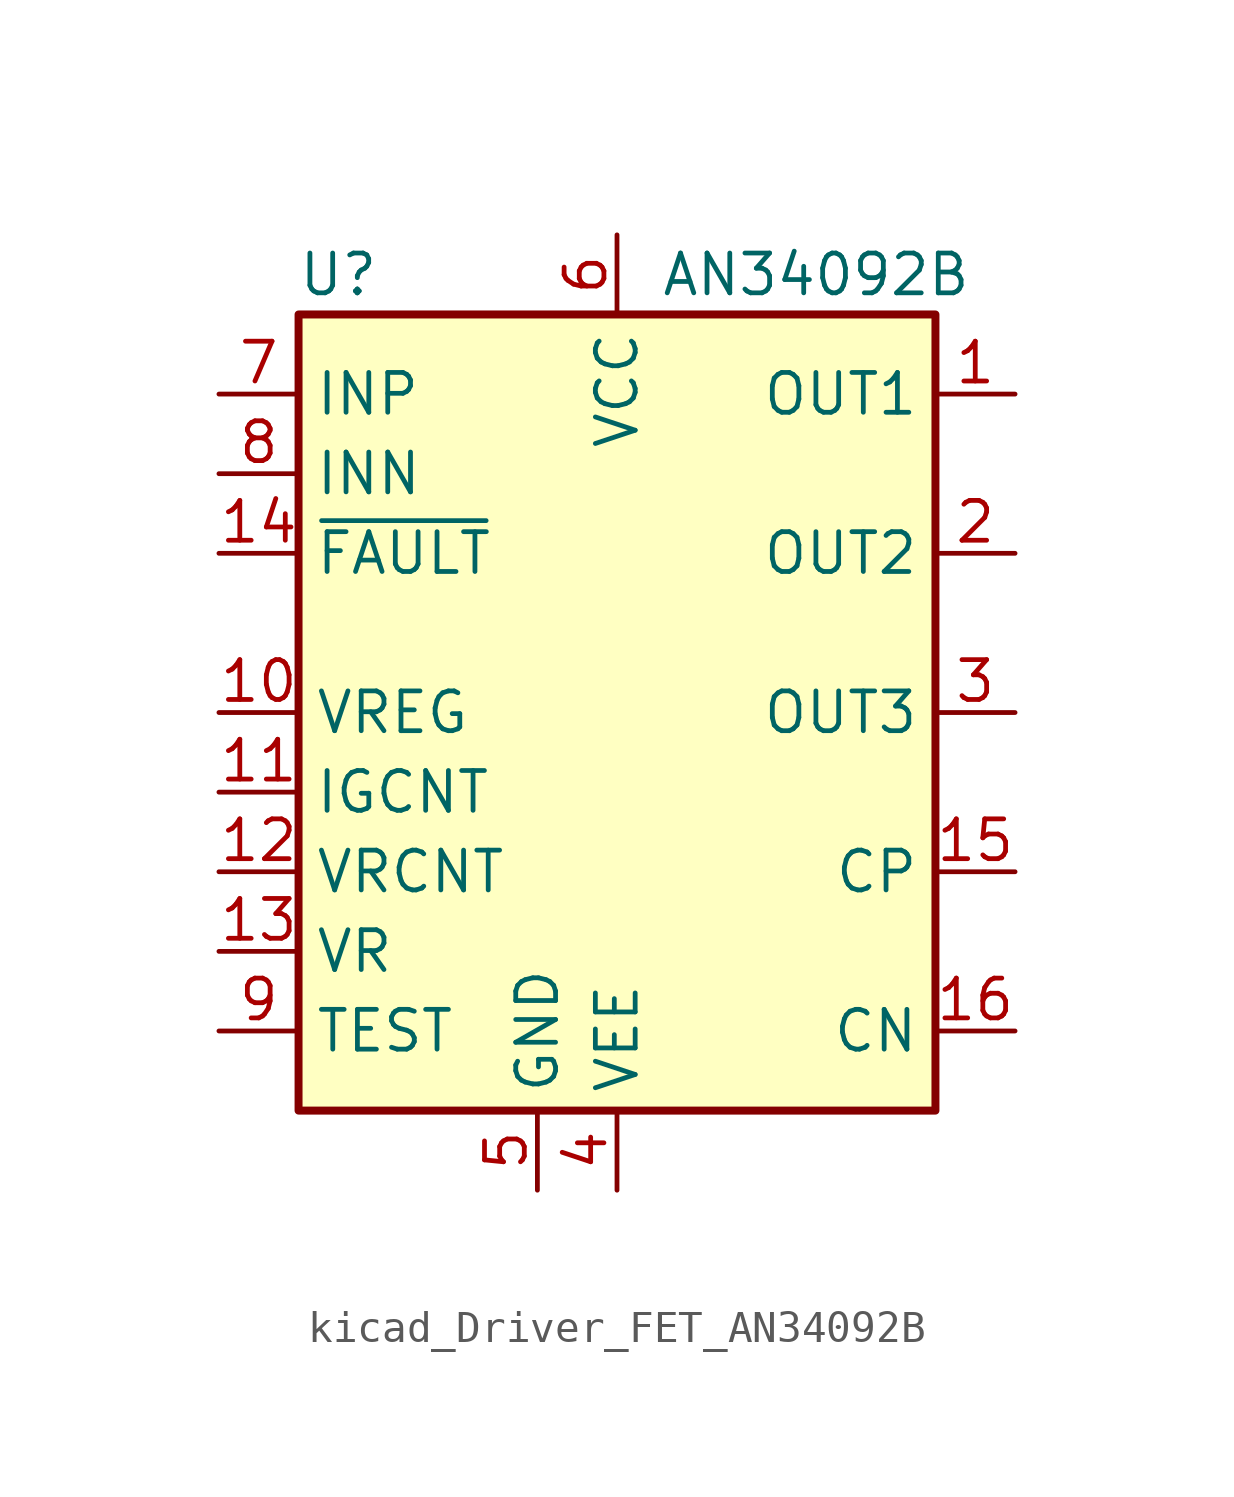
<source format=kicad_sym>
(kicad_symbol_lib
  (version 20220914)
  (generator kicad_symbol_editor)
  (symbol "kicad_Driver_FET_AN34092B"
    (property "Reference" "U"
      (at -8.89 13.97 0)
      (effects (font (size 1.27 1.27))))
    (property "Value" "AN34092B"
      (at 6.35 13.97 0)
      (effects (font (size 1.27 1.27))))
    (symbol "kicad_Driver_FET_AN34092B_0_1"
      (rectangle (start -10.16 -12.7) (end 10.16 12.7) (stroke (width 0.254) (type default)) (fill (type background))))
    (symbol "kicad_Driver_FET_AN34092B_1_1"
      (pin output line (at 12.7 10.16 180) (length 2.54) (name "OUT1" (effects (font (size 1.27 1.27)))) (number "1" (effects (font (size 1.27 1.27)))))
      (pin passive line (at -12.7 0 0) (length 2.54) (name "VREG" (effects (font (size 1.27 1.27)))) (number "10" (effects (font (size 1.27 1.27)))))
      (pin passive line (at -12.7 -2.54 0) (length 2.54) (name "IGCNT" (effects (font (size 1.27 1.27)))) (number "11" (effects (font (size 1.27 1.27)))))
      (pin passive line (at -12.7 -5.08 0) (length 2.54) (name "VRCNT" (effects (font (size 1.27 1.27)))) (number "12" (effects (font (size 1.27 1.27)))))
      (pin passive line (at -12.7 -7.62 0) (length 2.54) (name "VR" (effects (font (size 1.27 1.27)))) (number "13" (effects (font (size 1.27 1.27)))))
      (pin open_collector line (at -12.7 5.08 0) (length 2.54) (name "~{FAULT}" (effects (font (size 1.27 1.27)))) (number "14" (effects (font (size 1.27 1.27)))))
      (pin passive line (at 12.7 -5.08 180) (length 2.54) (name "CP" (effects (font (size 1.27 1.27)))) (number "15" (effects (font (size 1.27 1.27)))))
      (pin passive line (at 12.7 -10.16 180) (length 2.54) (name "CN" (effects (font (size 1.27 1.27)))) (number "16" (effects (font (size 1.27 1.27)))))
      (pin passive line (at -2.54 -15.24 90) (length 2.54) hide (name "GND" (effects (font (size 1.27 1.27)))) (number "17" (effects (font (size 1.27 1.27)))))
      (pin output line (at 12.7 5.08 180) (length 2.54) (name "OUT2" (effects (font (size 1.27 1.27)))) (number "2" (effects (font (size 1.27 1.27)))))
      (pin output line (at 12.7 0 180) (length 2.54) (name "OUT3" (effects (font (size 1.27 1.27)))) (number "3" (effects (font (size 1.27 1.27)))))
      (pin power_in line (at 0 -15.24 90) (length 2.54) (name "VEE" (effects (font (size 1.27 1.27)))) (number "4" (effects (font (size 1.27 1.27)))))
      (pin power_in line (at -2.54 -15.24 90) (length 2.54) (name "GND" (effects (font (size 1.27 1.27)))) (number "5" (effects (font (size 1.27 1.27)))))
      (pin power_in line (at 0 15.24 270) (length 2.54) (name "VCC" (effects (font (size 1.27 1.27)))) (number "6" (effects (font (size 1.27 1.27)))))
      (pin input line (at -12.7 10.16 0) (length 2.54) (name "INP" (effects (font (size 1.27 1.27)))) (number "7" (effects (font (size 1.27 1.27)))))
      (pin input line (at -12.7 7.62 0) (length 2.54) (name "INN" (effects (font (size 1.27 1.27)))) (number "8" (effects (font (size 1.27 1.27)))))
      (pin passive line (at -12.7 -10.16 0) (length 2.54) (name "TEST" (effects (font (size 1.27 1.27)))) (number "9" (effects (font (size 1.27 1.27))))))))
</source>
